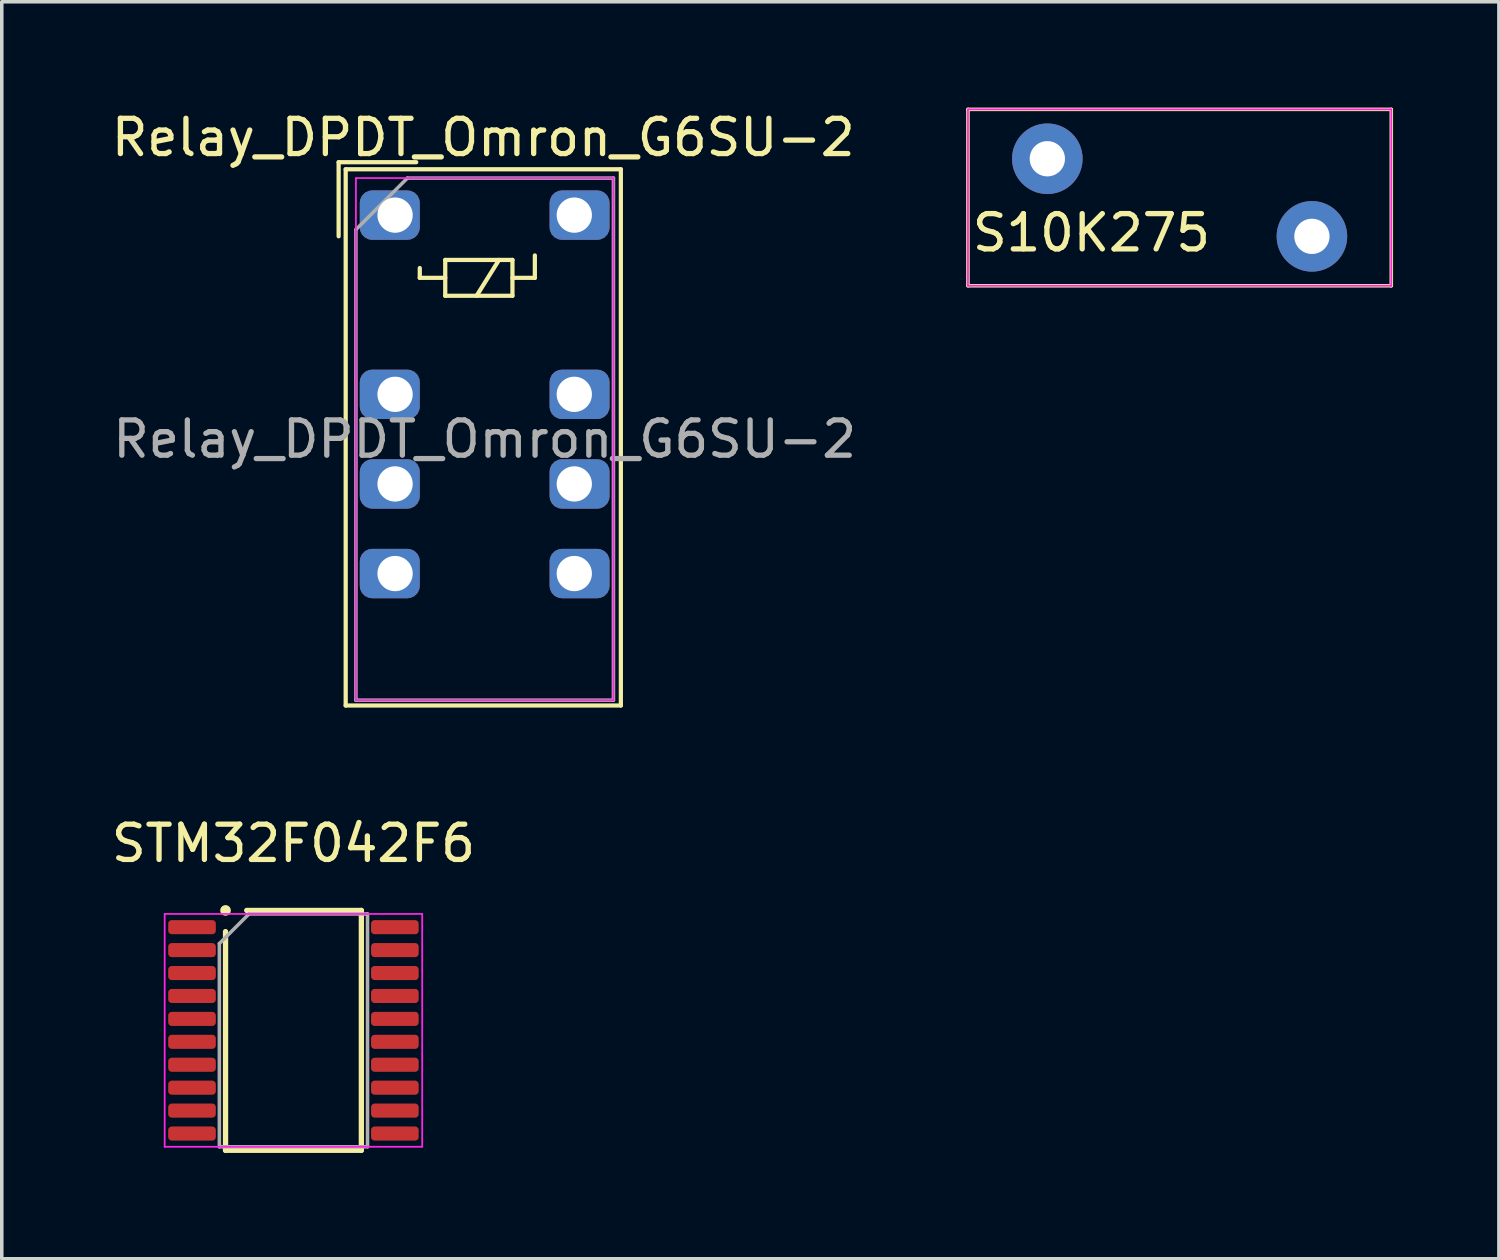
<source format=kicad_pcb>
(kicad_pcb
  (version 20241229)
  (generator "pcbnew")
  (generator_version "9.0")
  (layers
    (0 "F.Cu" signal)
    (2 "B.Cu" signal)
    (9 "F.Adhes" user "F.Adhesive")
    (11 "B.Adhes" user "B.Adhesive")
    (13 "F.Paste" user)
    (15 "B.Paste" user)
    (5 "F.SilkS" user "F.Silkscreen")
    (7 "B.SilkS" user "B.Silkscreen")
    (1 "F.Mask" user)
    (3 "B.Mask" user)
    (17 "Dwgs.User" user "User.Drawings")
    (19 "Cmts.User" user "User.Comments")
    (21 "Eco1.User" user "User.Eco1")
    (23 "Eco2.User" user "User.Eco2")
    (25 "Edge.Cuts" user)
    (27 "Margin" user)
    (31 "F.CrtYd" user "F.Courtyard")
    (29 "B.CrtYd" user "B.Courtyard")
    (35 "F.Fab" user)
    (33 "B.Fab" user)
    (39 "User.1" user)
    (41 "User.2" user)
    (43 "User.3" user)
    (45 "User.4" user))
  (footprint "STM32F042F6"
    (layer "F.Cu")
    (at 5.268 26.157)
    (property "Reference" "STM32F042F6" (at 0 -5.3 0) (layer "F.SilkS") (effects (font (size 1 1) (thickness 0.15))))
    (attr through_hole)
    (fp_line (start -1.925 -3.4) (end -1.925 -3.4) (stroke (width 0.3) (type solid)) (layer "F.SilkS"))
    (fp_line (start -1.925 3.4) (end -1.925 -2.8) (stroke (width 0.15) (type solid)) (layer "F.SilkS"))
    (fp_line (start -1.325 -3.4) (end 1.925 -3.4) (stroke (width 0.15) (type solid)) (layer "F.SilkS"))
    (fp_line (start 1.925 -3.4) (end 1.925 3.4) (stroke (width 0.15) (type solid)) (layer "F.SilkS"))
    (fp_line (start 1.925 3.4) (end -1.925 3.4) (stroke (width 0.15) (type solid)) (layer "F.SilkS"))
    (fp_line (start -3.65 -3.3) (end 3.65 -3.3) (stroke (width 0.05) (type solid)) (layer "F.CrtYd"))
    (fp_line (start -3.65 3.3) (end -3.65 -3.3) (stroke (width 0.05) (type solid)) (layer "F.CrtYd"))
    (fp_line (start 3.65 -3.3) (end 3.65 3.3) (stroke (width 0.05) (type solid)) (layer "F.CrtYd"))
    (fp_line (start 3.65 3.3) (end -3.65 3.3) (stroke (width 0.05) (type solid)) (layer "F.CrtYd"))
    (fp_line (start -2.1 -2.46) (end -1.26 -3.3) (stroke (width 0.1) (type solid)) (layer "F.Fab"))
    (fp_line (start -2.1 3.3) (end -2.1 -2.46) (stroke (width 0.1) (type solid)) (layer "F.Fab"))
    (fp_line (start -1.26 -3.3) (end 2.1 -3.3) (stroke (width 0.1) (type solid)) (layer "F.Fab"))
    (fp_line (start 2.1 -3.3) (end 2.1 3.3) (stroke (width 0.1) (type solid)) (layer "F.Fab"))
    (fp_line (start 2.1 3.3) (end -2.1 3.3) (stroke (width 0.1) (type solid)) (layer "F.Fab"))
    (pad "1" smd roundrect (at -2.875 -2.925) (size 1.35 0.4) (layers "F.Cu" "F.Mask" "F.Paste") (roundrect_rratio 0.25))
    (pad "2" smd roundrect (at -2.875 -2.275) (size 1.35 0.4) (layers "F.Cu" "F.Mask" "F.Paste") (roundrect_rratio 0.25))
    (pad "3" smd roundrect (at -2.875 -1.625) (size 1.35 0.4) (layers "F.Cu" "F.Mask" "F.Paste") (roundrect_rratio 0.25))
    (pad "4" smd roundrect (at -2.875 -0.975) (size 1.35 0.4) (layers "F.Cu" "F.Mask" "F.Paste") (roundrect_rratio 0.25))
    (pad "5" smd roundrect (at -2.875 -0.325) (size 1.35 0.4) (layers "F.Cu" "F.Mask" "F.Paste") (roundrect_rratio 0.25))
    (pad "6" smd roundrect (at -2.875 0.325) (size 1.35 0.4) (layers "F.Cu" "F.Mask" "F.Paste") (roundrect_rratio 0.25))
    (pad "7" smd roundrect (at -2.875 0.975) (size 1.35 0.4) (layers "F.Cu" "F.Mask" "F.Paste") (roundrect_rratio 0.25))
    (pad "8" smd roundrect (at -2.875 1.625) (size 1.35 0.4) (layers "F.Cu" "F.Mask" "F.Paste") (roundrect_rratio 0.25))
    (pad "9" smd roundrect (at -2.875 2.275) (size 1.35 0.4) (layers "F.Cu" "F.Mask" "F.Paste") (roundrect_rratio 0.25))
    (pad "10" smd roundrect (at -2.875 2.925) (size 1.35 0.4) (layers "F.Cu" "F.Mask" "F.Paste") (roundrect_rratio 0.25))
    (pad "11" smd roundrect (at 2.875 2.925) (size 1.35 0.4) (layers "F.Cu" "F.Mask" "F.Paste") (roundrect_rratio 0.25))
    (pad "12" smd roundrect (at 2.875 2.275) (size 1.35 0.4) (layers "F.Cu" "F.Mask" "F.Paste") (roundrect_rratio 0.25))
    (pad "13" smd roundrect (at 2.875 1.625) (size 1.35 0.4) (layers "F.Cu" "F.Mask" "F.Paste") (roundrect_rratio 0.25))
    (pad "14" smd roundrect (at 2.875 0.975) (size 1.35 0.4) (layers "F.Cu" "F.Mask" "F.Paste") (roundrect_rratio 0.25))
    (pad "15" smd roundrect (at 2.875 0.325) (size 1.35 0.4) (layers "F.Cu" "F.Mask" "F.Paste") (roundrect_rratio 0.25))
    (pad "16" smd roundrect (at 2.875 -0.325) (size 1.35 0.4) (layers "F.Cu" "F.Mask" "F.Paste") (roundrect_rratio 0.25))
    (pad "17" smd roundrect (at 2.875 -0.975) (size 1.35 0.4) (layers "F.Cu" "F.Mask" "F.Paste") (roundrect_rratio 0.25))
    (pad "18" smd roundrect (at 2.875 -1.625) (size 1.35 0.4) (layers "F.Cu" "F.Mask" "F.Paste") (roundrect_rratio 0.25))
    (pad "19" smd roundrect (at 2.875 -2.275) (size 1.35 0.4) (layers "F.Cu" "F.Mask" "F.Paste") (roundrect_rratio 0.25))
    (pad "20" smd roundrect (at 2.875 -2.925) (size 1.35 0.4) (layers "F.Cu" "F.Mask" "F.Paste") (roundrect_rratio 0.25)))
  (footprint "Relay_DPDT_Omron_G6SU-2"
    (layer "F.Cu")
    (at 8.149 3.048)
    (property "Reference" "Relay_DPDT_Omron_G6SU-2" (at 2.5 -2.2 0) (layer "F.SilkS") (effects (font (size 1 1) (thickness 0.15))))
    (attr through_hole)
    (fp_line (start -1.6 -1.5) (end 0.6 -1.5) (stroke (width 0.12) (type solid)) (layer "F.SilkS"))
    (fp_line (start -1.6 0.6) (end -1.6 -1.5) (stroke (width 0.12) (type solid)) (layer "F.SilkS"))
    (fp_line (start -1.4 -1.3) (end 6.4 -1.3) (stroke (width 0.12) (type solid)) (layer "F.SilkS"))
    (fp_line (start -1.4 13.9) (end -1.4 -1.3) (stroke (width 0.12) (type solid)) (layer "F.SilkS"))
    (fp_line (start 0.7 1.5) (end 0.7 1.778) (stroke (width 0.12) (type solid)) (layer "F.SilkS"))
    (fp_line (start 0.7 1.778) (end 1.422 1.778) (stroke (width 0.12) (type solid)) (layer "F.SilkS"))
    (fp_line (start 1.422 1.27) (end 1.422 2.286) (stroke (width 0.12) (type solid)) (layer "F.SilkS"))
    (fp_line (start 1.422 2.286) (end 3.327 2.286) (stroke (width 0.12) (type solid)) (layer "F.SilkS"))
    (fp_line (start 2.946 1.27) (end 2.311 2.286) (stroke (width 0.12) (type solid)) (layer "F.SilkS"))
    (fp_line (start 3.327 1.27) (end 1.422 1.27) (stroke (width 0.12) (type solid)) (layer "F.SilkS"))
    (fp_line (start 3.327 1.27) (end 3.327 2.286) (stroke (width 0.12) (type solid)) (layer "F.SilkS"))
    (fp_line (start 3.962 1.143) (end 3.962 1.778) (stroke (width 0.12) (type solid)) (layer "F.SilkS"))
    (fp_line (start 3.962 1.778) (end 3.327 1.778) (stroke (width 0.12) (type solid)) (layer "F.SilkS"))
    (fp_line (start 6.4 -1.3) (end 6.4 13.9) (stroke (width 0.12) (type solid)) (layer "F.SilkS"))
    (fp_line (start 6.4 13.9) (end -1.4 13.9) (stroke (width 0.12) (type solid)) (layer "F.SilkS"))
    (fp_line (start -1.11 -1.05) (end 6.19 -1.05) (stroke (width 0.05) (type solid)) (layer "F.CrtYd"))
    (fp_line (start -1.11 13.75) (end -1.11 -1.05) (stroke (width 0.05) (type solid)) (layer "F.CrtYd"))
    (fp_line (start 6.19 -1.05) (end 6.19 13.75) (stroke (width 0.05) (type solid)) (layer "F.CrtYd"))
    (fp_line (start 6.19 13.75) (end -1.11 13.75) (stroke (width 0.05) (type solid)) (layer "F.CrtYd"))
    (fp_line (start -1.11 0.41) (end 0.35 -1.05) (stroke (width 0.1) (type solid)) (layer "F.Fab"))
    (fp_line (start -1.11 13.75) (end -1.11 0.41) (stroke (width 0.1) (type solid)) (layer "F.Fab"))
    (fp_line (start 0.35 -1.05) (end 6.19 -1.05) (stroke (width 0.1) (type solid)) (layer "F.Fab"))
    (fp_line (start 6.19 -1.05) (end 6.19 13.75) (stroke (width 0.1) (type solid)) (layer "F.Fab"))
    (fp_line (start 6.19 13.75) (end -1.11 13.75) (stroke (width 0.1) (type solid)) (layer "F.Fab"))
    (fp_text user "${REFERENCE}" (at 2.54 6.35 0) (layer "F.Fab") (effects (font (size 1 1) (thickness 0.15))))
    (pad "1" thru_hole roundrect (at 0 0) (size 1.7 1.4) (drill 1 (offset -0.15 0)) (layers "*.Cu" "*.Mask") (roundrect_rratio 0.25))
    (pad "3" thru_hole roundrect (at 0 5.08) (size 1.7 1.4) (drill 1 (offset -0.15 0)) (layers "*.Cu" "*.Mask") (roundrect_rratio 0.25))
    (pad "4" thru_hole roundrect (at 0 7.62) (size 1.7 1.4) (drill 1 (offset -0.15 0)) (layers "*.Cu" "*.Mask") (roundrect_rratio 0.25))
    (pad "5" thru_hole roundrect (at 0 10.16) (size 1.7 1.4) (drill 1 (offset -0.15 0)) (layers "*.Cu" "*.Mask") (roundrect_rratio 0.25))
    (pad "8" thru_hole roundrect (at 5.08 10.16) (size 1.7 1.4) (drill 1 (offset 0.15 0)) (layers "*.Cu" "*.Mask") (roundrect_rratio 0.25))
    (pad "9" thru_hole roundrect (at 5.08 7.62) (size 1.7 1.4) (drill 1 (offset 0.15 0)) (layers "*.Cu" "*.Mask") (roundrect_rratio 0.25))
    (pad "10" thru_hole roundrect (at 5.08 5.08) (size 1.7 1.4) (drill 1 (offset 0.15 0)) (layers "*.Cu" "*.Mask") (roundrect_rratio 0.25))
    (pad "12" thru_hole roundrect (at 5.08 0) (size 1.7 1.4) (drill 1 (offset 0.15 0)) (layers "*.Cu" "*.Mask") (roundrect_rratio 0.25)))
  (footprint "S10K275"
    (layer "F.Cu")
    (at 30.388 2.55)
    (property "Reference" "S10K275" (at -2.5 1 0) (layer "F.SilkS") (effects (font (size 1 1) (thickness 0.15))))
    (attr through_hole)
    (fp_line (start -6 -2.5) (end -6 2.5) (stroke (width 0.1) (type solid)) (layer "F.SilkS"))
    (fp_line (start -6 2.5) (end 6 2.5) (stroke (width 0.1) (type solid)) (layer "F.SilkS"))
    (fp_line (start 6 -2.5) (end -6 -2.5) (stroke (width 0.1) (type solid)) (layer "F.SilkS"))
    (fp_line (start 6 2.5) (end 6 -2.5) (stroke (width 0.1) (type solid)) (layer "F.SilkS"))
    (fp_line (start -6 -2.5) (end -6 2.5) (stroke (width 0.05) (type solid)) (layer "F.CrtYd"))
    (fp_line (start -6 2.5) (end 6 2.5) (stroke (width 0.05) (type solid)) (layer "F.CrtYd"))
    (fp_line (start 6 -2.5) (end -6 -2.5) (stroke (width 0.05) (type solid)) (layer "F.CrtYd"))
    (fp_line (start 6 2.5) (end 6 -2.5) (stroke (width 0.05) (type solid)) (layer "F.CrtYd"))
    (pad "1" thru_hole circle (at -3.75 -1.1) (size 2 2) (drill 1) (layers "*.Cu" "*.Mask"))
    (pad "2" thru_hole circle (at 3.75 1.1) (size 2 2) (drill 1) (layers "*.Cu" "*.Mask")))
  (gr_rect
    (start -3 -3)
    (end 39.438 32.632)
    (stroke (width 0.1) (type default))
    (fill no)
    (layer "Edge.Cuts")))
</source>
